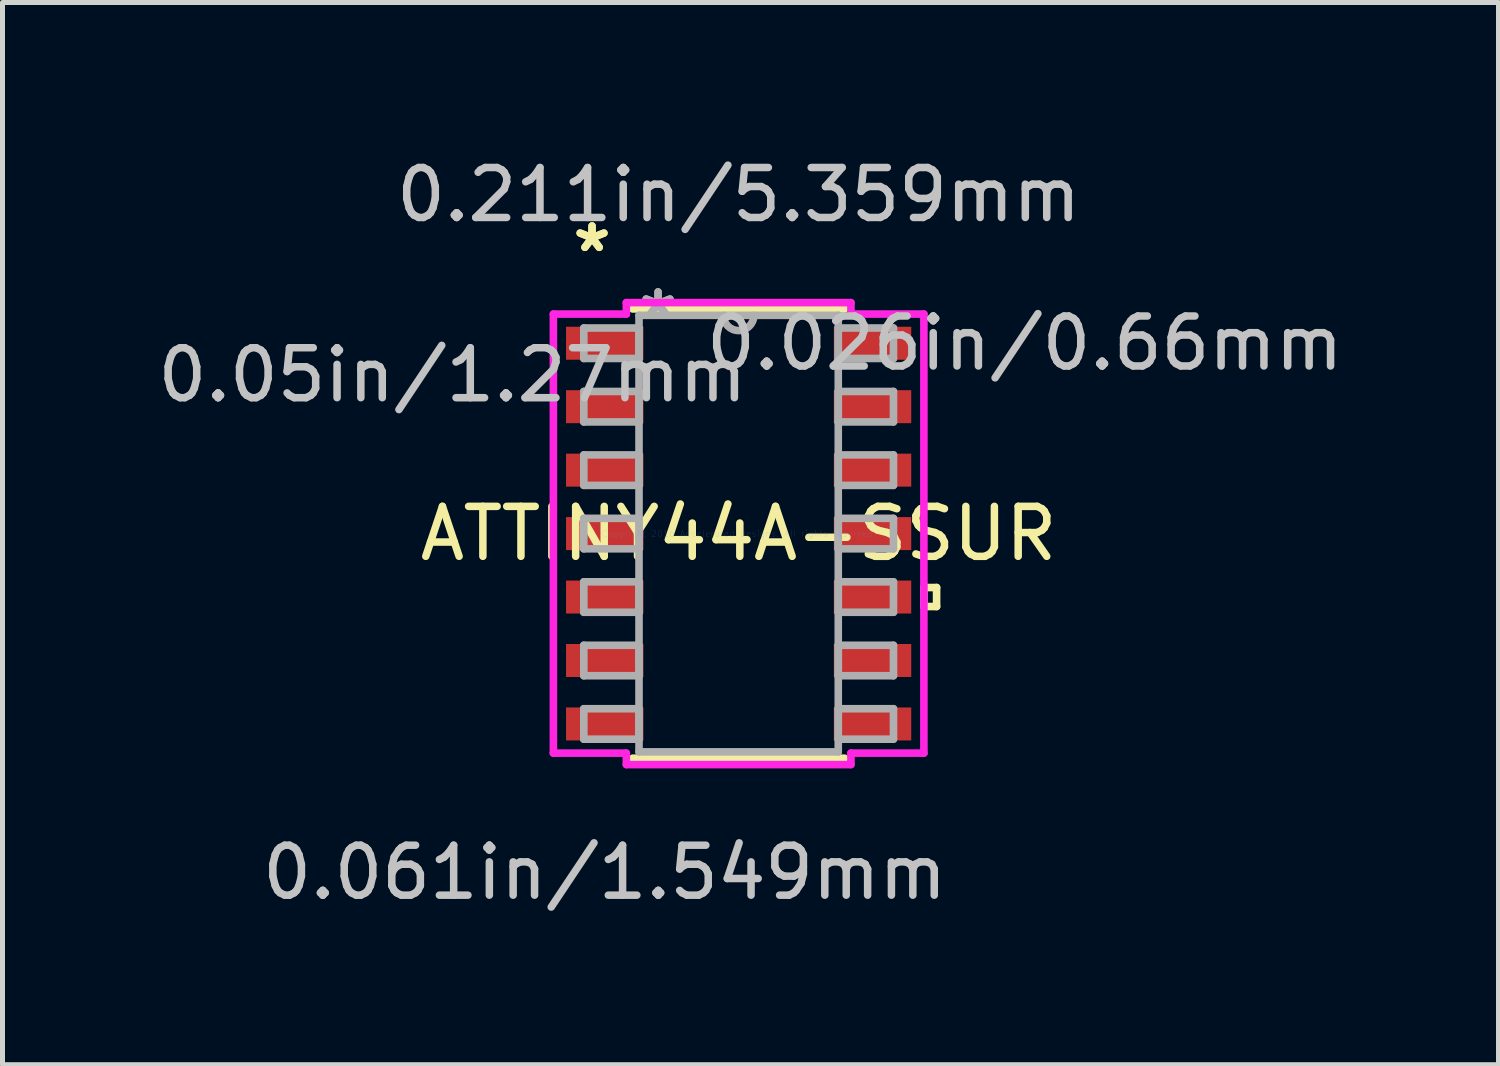
<source format=kicad_pcb>
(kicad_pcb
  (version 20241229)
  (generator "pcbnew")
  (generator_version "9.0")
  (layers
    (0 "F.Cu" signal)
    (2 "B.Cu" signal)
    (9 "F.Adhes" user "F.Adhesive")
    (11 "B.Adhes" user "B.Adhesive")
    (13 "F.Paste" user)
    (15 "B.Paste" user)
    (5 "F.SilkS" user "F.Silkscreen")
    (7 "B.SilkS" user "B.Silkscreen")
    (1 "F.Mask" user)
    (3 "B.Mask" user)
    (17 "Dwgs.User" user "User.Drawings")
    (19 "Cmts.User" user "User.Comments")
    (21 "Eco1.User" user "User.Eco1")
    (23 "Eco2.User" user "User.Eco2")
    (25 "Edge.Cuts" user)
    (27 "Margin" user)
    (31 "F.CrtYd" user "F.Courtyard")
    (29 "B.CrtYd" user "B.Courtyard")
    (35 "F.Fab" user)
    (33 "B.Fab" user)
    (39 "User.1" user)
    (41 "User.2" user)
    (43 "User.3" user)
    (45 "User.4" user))
  (footprint "ATTINY44A-SSUR"
    (layer "F.Cu")
    (at 11.734 7.63)
    (property "Reference" "ATTINY44A-SSUR" (at 0 0 0) (layer "F.SilkS") (effects (font (size 1 1) (thickness 0.15))))
    (attr through_hole)
    (fp_line (start -2.121 4.496) (end 2.121 4.496) (stroke (width 0.152) (type solid)) (layer "F.SilkS"))
    (fp_line (start 2.121 -4.496) (end -2.121 -4.496) (stroke (width 0.152) (type solid)) (layer "F.SilkS"))
    (fp_line (start 3.708 1.079) (end 3.962 1.079) (stroke (width 0.152) (type solid)) (layer "F.SilkS"))
    (fp_line (start 3.708 1.46) (end 3.708 1.079) (stroke (width 0.152) (type solid)) (layer "F.SilkS"))
    (fp_line (start 3.962 1.079) (end 3.962 1.46) (stroke (width 0.152) (type solid)) (layer "F.SilkS"))
    (fp_line (start 3.962 1.46) (end 3.708 1.46) (stroke (width 0.152) (type solid)) (layer "F.SilkS"))
    (fp_line (start -3.708 -4.394) (end -2.248 -4.394) (stroke (width 0.152) (type solid)) (layer "F.CrtYd"))
    (fp_line (start -3.708 4.394) (end -3.708 -4.394) (stroke (width 0.152) (type solid)) (layer "F.CrtYd"))
    (fp_line (start -2.248 -4.623) (end 2.248 -4.623) (stroke (width 0.152) (type solid)) (layer "F.CrtYd"))
    (fp_line (start -2.248 -4.394) (end -2.248 -4.623) (stroke (width 0.152) (type solid)) (layer "F.CrtYd"))
    (fp_line (start -2.248 4.394) (end -3.708 4.394) (stroke (width 0.152) (type solid)) (layer "F.CrtYd"))
    (fp_line (start -2.248 4.623) (end -2.248 4.394) (stroke (width 0.152) (type solid)) (layer "F.CrtYd"))
    (fp_line (start 2.248 -4.623) (end 2.248 -4.394) (stroke (width 0.152) (type solid)) (layer "F.CrtYd"))
    (fp_line (start 2.248 -4.394) (end 3.708 -4.394) (stroke (width 0.152) (type solid)) (layer "F.CrtYd"))
    (fp_line (start 2.248 4.394) (end 2.248 4.623) (stroke (width 0.152) (type solid)) (layer "F.CrtYd"))
    (fp_line (start 2.248 4.623) (end -2.248 4.623) (stroke (width 0.152) (type solid)) (layer "F.CrtYd"))
    (fp_line (start 3.708 -4.394) (end 3.708 4.394) (stroke (width 0.152) (type solid)) (layer "F.CrtYd"))
    (fp_line (start 3.708 4.394) (end 2.248 4.394) (stroke (width 0.152) (type solid)) (layer "F.CrtYd"))
    (fp_line (start -3.099 -4.115) (end -3.099 -3.505) (stroke (width 0.152) (type solid)) (layer "F.Fab"))
    (fp_line (start -3.099 -3.505) (end -1.994 -3.505) (stroke (width 0.152) (type solid)) (layer "F.Fab"))
    (fp_line (start -3.099 -2.845) (end -3.099 -2.235) (stroke (width 0.152) (type solid)) (layer "F.Fab"))
    (fp_line (start -3.099 -2.235) (end -1.994 -2.235) (stroke (width 0.152) (type solid)) (layer "F.Fab"))
    (fp_line (start -3.099 -1.575) (end -3.099 -0.965) (stroke (width 0.152) (type solid)) (layer "F.Fab"))
    (fp_line (start -3.099 -0.965) (end -1.994 -0.965) (stroke (width 0.152) (type solid)) (layer "F.Fab"))
    (fp_line (start -3.099 -0.305) (end -3.099 0.305) (stroke (width 0.152) (type solid)) (layer "F.Fab"))
    (fp_line (start -3.099 0.305) (end -1.994 0.305) (stroke (width 0.152) (type solid)) (layer "F.Fab"))
    (fp_line (start -3.099 0.965) (end -3.099 1.575) (stroke (width 0.152) (type solid)) (layer "F.Fab"))
    (fp_line (start -3.099 1.575) (end -1.994 1.575) (stroke (width 0.152) (type solid)) (layer "F.Fab"))
    (fp_line (start -3.099 2.235) (end -3.099 2.845) (stroke (width 0.152) (type solid)) (layer "F.Fab"))
    (fp_line (start -3.099 2.845) (end -1.994 2.845) (stroke (width 0.152) (type solid)) (layer "F.Fab"))
    (fp_line (start -3.099 3.505) (end -3.099 4.115) (stroke (width 0.152) (type solid)) (layer "F.Fab"))
    (fp_line (start -3.099 4.115) (end -1.994 4.115) (stroke (width 0.152) (type solid)) (layer "F.Fab"))
    (fp_line (start -1.994 -4.369) (end -1.994 4.369) (stroke (width 0.152) (type solid)) (layer "F.Fab"))
    (fp_line (start -1.994 -4.115) (end -3.099 -4.115) (stroke (width 0.152) (type solid)) (layer "F.Fab"))
    (fp_line (start -1.994 -3.505) (end -1.994 -4.115) (stroke (width 0.152) (type solid)) (layer "F.Fab"))
    (fp_line (start -1.994 -2.845) (end -3.099 -2.845) (stroke (width 0.152) (type solid)) (layer "F.Fab"))
    (fp_line (start -1.994 -2.235) (end -1.994 -2.845) (stroke (width 0.152) (type solid)) (layer "F.Fab"))
    (fp_line (start -1.994 -1.575) (end -3.099 -1.575) (stroke (width 0.152) (type solid)) (layer "F.Fab"))
    (fp_line (start -1.994 -0.965) (end -1.994 -1.575) (stroke (width 0.152) (type solid)) (layer "F.Fab"))
    (fp_line (start -1.994 -0.305) (end -3.099 -0.305) (stroke (width 0.152) (type solid)) (layer "F.Fab"))
    (fp_line (start -1.994 0.305) (end -1.994 -0.305) (stroke (width 0.152) (type solid)) (layer "F.Fab"))
    (fp_line (start -1.994 0.965) (end -3.099 0.965) (stroke (width 0.152) (type solid)) (layer "F.Fab"))
    (fp_line (start -1.994 1.575) (end -1.994 0.965) (stroke (width 0.152) (type solid)) (layer "F.Fab"))
    (fp_line (start -1.994 2.235) (end -3.099 2.235) (stroke (width 0.152) (type solid)) (layer "F.Fab"))
    (fp_line (start -1.994 2.845) (end -1.994 2.235) (stroke (width 0.152) (type solid)) (layer "F.Fab"))
    (fp_line (start -1.994 3.505) (end -3.099 3.505) (stroke (width 0.152) (type solid)) (layer "F.Fab"))
    (fp_line (start -1.994 4.115) (end -1.994 3.505) (stroke (width 0.152) (type solid)) (layer "F.Fab"))
    (fp_line (start -1.994 4.369) (end 1.994 4.369) (stroke (width 0.152) (type solid)) (layer "F.Fab"))
    (fp_line (start 1.994 -4.369) (end -1.994 -4.369) (stroke (width 0.152) (type solid)) (layer "F.Fab"))
    (fp_line (start 1.994 -4.115) (end 1.994 -3.505) (stroke (width 0.152) (type solid)) (layer "F.Fab"))
    (fp_line (start 1.994 -3.505) (end 3.099 -3.505) (stroke (width 0.152) (type solid)) (layer "F.Fab"))
    (fp_line (start 1.994 -2.845) (end 1.994 -2.235) (stroke (width 0.152) (type solid)) (layer "F.Fab"))
    (fp_line (start 1.994 -2.235) (end 3.099 -2.235) (stroke (width 0.152) (type solid)) (layer "F.Fab"))
    (fp_line (start 1.994 -1.575) (end 1.994 -0.965) (stroke (width 0.152) (type solid)) (layer "F.Fab"))
    (fp_line (start 1.994 -0.965) (end 3.099 -0.965) (stroke (width 0.152) (type solid)) (layer "F.Fab"))
    (fp_line (start 1.994 -0.305) (end 1.994 0.305) (stroke (width 0.152) (type solid)) (layer "F.Fab"))
    (fp_line (start 1.994 0.305) (end 3.099 0.305) (stroke (width 0.152) (type solid)) (layer "F.Fab"))
    (fp_line (start 1.994 0.965) (end 1.994 1.575) (stroke (width 0.152) (type solid)) (layer "F.Fab"))
    (fp_line (start 1.994 1.575) (end 3.099 1.575) (stroke (width 0.152) (type solid)) (layer "F.Fab"))
    (fp_line (start 1.994 2.235) (end 1.994 2.845) (stroke (width 0.152) (type solid)) (layer "F.Fab"))
    (fp_line (start 1.994 2.845) (end 3.099 2.845) (stroke (width 0.152) (type solid)) (layer "F.Fab"))
    (fp_line (start 1.994 3.505) (end 1.994 4.115) (stroke (width 0.152) (type solid)) (layer "F.Fab"))
    (fp_line (start 1.994 4.115) (end 3.099 4.115) (stroke (width 0.152) (type solid)) (layer "F.Fab"))
    (fp_line (start 1.994 4.369) (end 1.994 -4.369) (stroke (width 0.152) (type solid)) (layer "F.Fab"))
    (fp_line (start 3.099 -4.115) (end 1.994 -4.115) (stroke (width 0.152) (type solid)) (layer "F.Fab"))
    (fp_line (start 3.099 -3.505) (end 3.099 -4.115) (stroke (width 0.152) (type solid)) (layer "F.Fab"))
    (fp_line (start 3.099 -2.845) (end 1.994 -2.845) (stroke (width 0.152) (type solid)) (layer "F.Fab"))
    (fp_line (start 3.099 -2.235) (end 3.099 -2.845) (stroke (width 0.152) (type solid)) (layer "F.Fab"))
    (fp_line (start 3.099 -1.575) (end 1.994 -1.575) (stroke (width 0.152) (type solid)) (layer "F.Fab"))
    (fp_line (start 3.099 -0.965) (end 3.099 -1.575) (stroke (width 0.152) (type solid)) (layer "F.Fab"))
    (fp_line (start 3.099 -0.305) (end 1.994 -0.305) (stroke (width 0.152) (type solid)) (layer "F.Fab"))
    (fp_line (start 3.099 0.305) (end 3.099 -0.305) (stroke (width 0.152) (type solid)) (layer "F.Fab"))
    (fp_line (start 3.099 0.965) (end 1.994 0.965) (stroke (width 0.152) (type solid)) (layer "F.Fab"))
    (fp_line (start 3.099 1.575) (end 3.099 0.965) (stroke (width 0.152) (type solid)) (layer "F.Fab"))
    (fp_line (start 3.099 2.235) (end 1.994 2.235) (stroke (width 0.152) (type solid)) (layer "F.Fab"))
    (fp_line (start 3.099 2.845) (end 3.099 2.235) (stroke (width 0.152) (type solid)) (layer "F.Fab"))
    (fp_line (start 3.099 3.505) (end 1.994 3.505) (stroke (width 0.152) (type solid)) (layer "F.Fab"))
    (fp_line (start 3.099 4.115) (end 3.099 3.505) (stroke (width 0.152) (type solid)) (layer "F.Fab"))
    (fp_arc (start 0.3048 -4.3688) (mid 0 -4.064) (end -0.3048 -4.3688) (stroke (width 0.1524) (type solid)) (layer "F.Fab"))
    (fp_text user "*" (at -2.934 -5.613 0) (layer "F.SilkS") (effects (font (size 1 1) (thickness 0.15))))
    (fp_text user "*" (at -2.934 -5.613 0) (layer "F.SilkS") (effects (font (size 1 1) (thickness 0.15))))
    (fp_text user "0.026in/0.66mm" (at 5.728 -3.81 0) (layer "Dwgs.User") (effects (font (size 1 1) (thickness 0.15))))
    (fp_text user "0.211in/5.359mm" (at 0 -6.782 0) (layer "Dwgs.User") (effects (font (size 1 1) (thickness 0.15))))
    (fp_text user "0.05in/1.27mm" (at -5.728 -3.175 0) (layer "Dwgs.User") (effects (font (size 1 1) (thickness 0.15))))
    (fp_text user "0.061in/1.549mm" (at -2.68 6.782 0) (layer "Dwgs.User") (effects (font (size 1 1) (thickness 0.15))))
    (fp_text user "Copyright 2016 Accelerated Designs. All rights reserved." (at 0 0 0) (layer "Cmts.User") (effects (font (size 0.127 0.127) (thickness 0.002))))
    (fp_text user "*" (at -1.613 -4.293 0) (layer "F.Fab") (effects (font (size 1 1) (thickness 0.15))))
    (fp_text user "*" (at -1.613 -4.293 0) (layer "F.Fab") (effects (font (size 1 1) (thickness 0.15))))
    (pad "1" smd rect (at -2.68 -3.81) (size 1.549 0.66) (layers "F.Cu" "F.Mask" "F.Paste"))
    (pad "2" smd rect (at -2.68 -2.54) (size 1.549 0.66) (layers "F.Cu" "F.Mask" "F.Paste"))
    (pad "3" smd rect (at -2.68 -1.27) (size 1.549 0.66) (layers "F.Cu" "F.Mask" "F.Paste"))
    (pad "4" smd rect (at -2.68 0) (size 1.549 0.66) (layers "F.Cu" "F.Mask" "F.Paste"))
    (pad "5" smd rect (at -2.68 1.27) (size 1.549 0.66) (layers "F.Cu" "F.Mask" "F.Paste"))
    (pad "6" smd rect (at -2.68 2.54) (size 1.549 0.66) (layers "F.Cu" "F.Mask" "F.Paste"))
    (pad "7" smd rect (at -2.68 3.81) (size 1.549 0.66) (layers "F.Cu" "F.Mask" "F.Paste"))
    (pad "8" smd rect (at 2.68 3.81) (size 1.549 0.66) (layers "F.Cu" "F.Mask" "F.Paste"))
    (pad "9" smd rect (at 2.68 2.54) (size 1.549 0.66) (layers "F.Cu" "F.Mask" "F.Paste"))
    (pad "10" smd rect (at 2.68 1.27) (size 1.549 0.66) (layers "F.Cu" "F.Mask" "F.Paste"))
    (pad "11" smd rect (at 2.68 0) (size 1.549 0.66) (layers "F.Cu" "F.Mask" "F.Paste"))
    (pad "12" smd rect (at 2.68 -1.27) (size 1.549 0.66) (layers "F.Cu" "F.Mask" "F.Paste"))
    (pad "13" smd rect (at 2.68 -2.54) (size 1.549 0.66) (layers "F.Cu" "F.Mask" "F.Paste"))
    (pad "14" smd rect (at 2.68 -3.81) (size 1.549 0.66) (layers "F.Cu" "F.Mask" "F.Paste")))
  (gr_rect
    (start -3 -3)
    (end 26.943 18.26)
    (stroke (width 0.1) (type default))
    (fill no)
    (layer "Edge.Cuts")))
</source>
